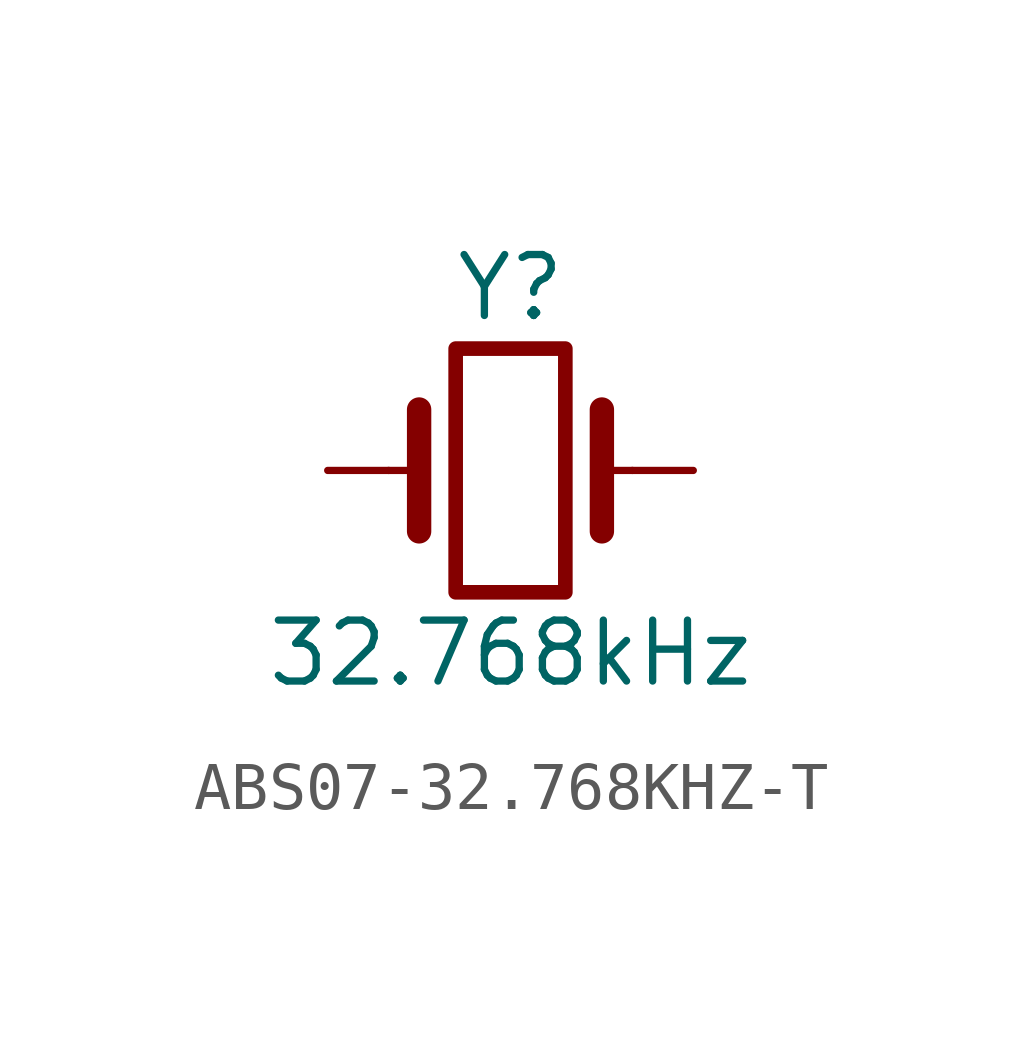
<source format=kicad_sym>
(kicad_symbol_lib
  (version 20220914)
  (generator kicad_symbol_editor)
  (symbol "ABS07-32.768KHZ-T"
    (pin_numbers hide)
    (pin_names
      (offset 1.016) hide)
    (property "Reference" "Y"
      (at 0 3.81 0)
      (effects (font (size 1.27 1.27))))
    (property "Value" "32.768kHz"
      (at 0 -3.81 0)
      (effects (font (size 1.27 1.27))))
    (symbol "ABS07-32.768KHZ-T_0_1"
      (rectangle (start -1.143 2.54) (end 1.143 -2.54) (stroke (width 0.305) (type default)) (fill (type none)))
      (polyline (pts (xy -2.54 0) (xy -1.905 0)) (stroke (width 0) (type default)) (fill (type none)))
      (polyline (pts (xy -1.905 -1.27) (xy -1.905 1.27)) (stroke (width 0.508) (type default)) (fill (type none)))
      (polyline (pts (xy 1.905 -1.27) (xy 1.905 1.27)) (stroke (width 0.508) (type default)) (fill (type none)))
      (polyline (pts (xy 2.54 0) (xy 1.905 0)) (stroke (width 0) (type default)) (fill (type none))))
    (symbol "ABS07-32.768KHZ-T_1_1"
      (pin passive line (at -3.81 0 0) (length 1.27) (name "1" (effects (font (size 1.27 1.27)))) (number "1" (effects (font (size 1.27 1.27)))))
      (pin passive line (at 3.81 0 180) (length 1.27) (name "2" (effects (font (size 1.27 1.27)))) (number "2" (effects (font (size 1.27 1.27))))))))
</source>
